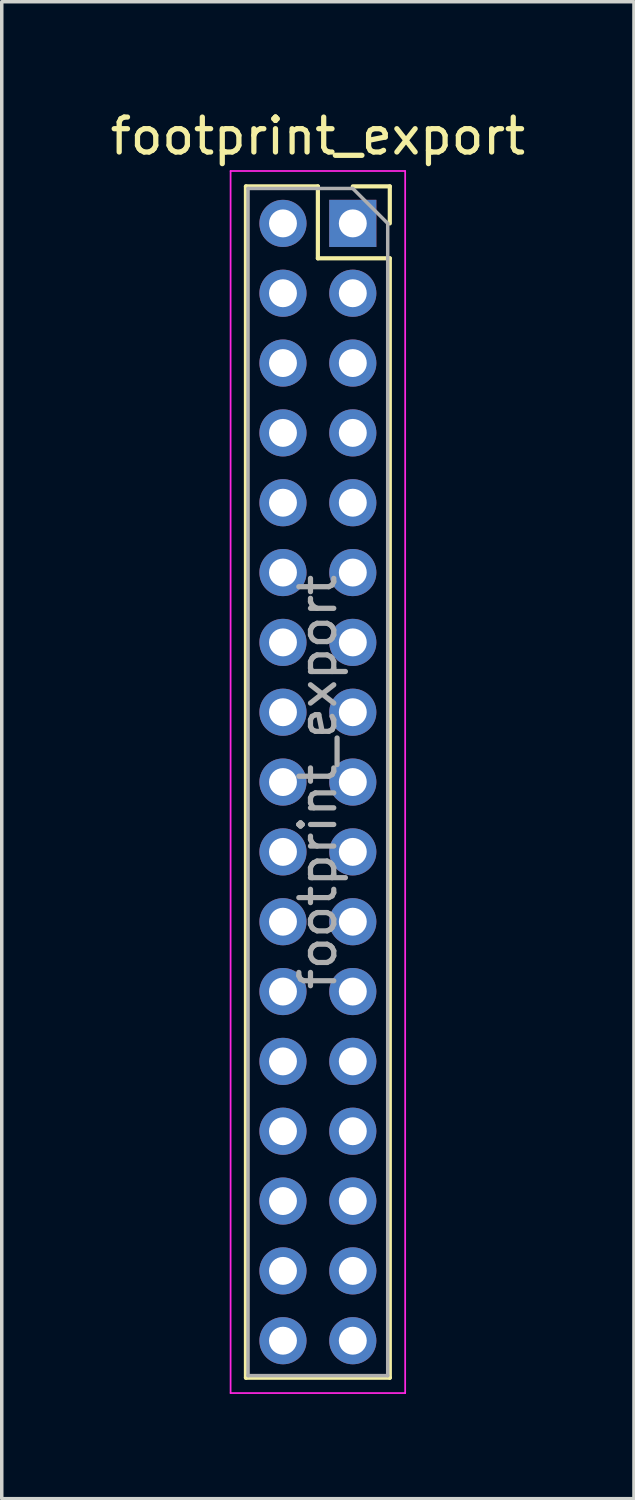
<source format=kicad_pcb>
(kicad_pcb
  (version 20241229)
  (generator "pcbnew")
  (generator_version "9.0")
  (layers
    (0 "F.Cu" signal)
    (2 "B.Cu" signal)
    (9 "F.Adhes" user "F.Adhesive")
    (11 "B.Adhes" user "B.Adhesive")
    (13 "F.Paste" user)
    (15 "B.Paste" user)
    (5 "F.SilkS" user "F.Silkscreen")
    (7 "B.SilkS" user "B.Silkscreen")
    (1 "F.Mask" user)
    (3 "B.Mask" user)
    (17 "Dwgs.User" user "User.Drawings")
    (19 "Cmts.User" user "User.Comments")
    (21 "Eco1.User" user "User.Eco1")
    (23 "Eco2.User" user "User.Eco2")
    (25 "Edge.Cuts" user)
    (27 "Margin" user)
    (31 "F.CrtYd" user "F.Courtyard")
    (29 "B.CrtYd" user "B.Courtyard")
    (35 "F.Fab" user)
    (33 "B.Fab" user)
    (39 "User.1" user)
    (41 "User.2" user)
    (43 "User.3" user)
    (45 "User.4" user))
  (footprint "footprint_export"
    (layer "F.Cu")
    (at 7.054 3.348)
    (property "Reference" "footprint_export" (at -1 -2.5 0) (layer "F.SilkS") (effects (font (size 1 1) (thickness 0.15))))
    (attr through_hole)
    (fp_line (start -3.06 -1.06) (end -3.06 33.06) (stroke (width 0.12) (type solid)) (layer "F.SilkS"))
    (fp_line (start -3.06 -1.06) (end -1 -1.06) (stroke (width 0.12) (type solid)) (layer "F.SilkS"))
    (fp_line (start -3.06 33.06) (end 1.06 33.06) (stroke (width 0.12) (type solid)) (layer "F.SilkS"))
    (fp_line (start -1 -1.06) (end -1 1) (stroke (width 0.12) (type solid)) (layer "F.SilkS"))
    (fp_line (start -1 1) (end 1.06 1) (stroke (width 0.12) (type solid)) (layer "F.SilkS"))
    (fp_line (start 0 -1.06) (end 1.06 -1.06) (stroke (width 0.12) (type solid)) (layer "F.SilkS"))
    (fp_line (start 1.06 -1.06) (end 1.06 0) (stroke (width 0.12) (type solid)) (layer "F.SilkS"))
    (fp_line (start 1.06 1) (end 1.06 33.06) (stroke (width 0.12) (type solid)) (layer "F.SilkS"))
    (fp_line (start -3.5 -1.5) (end 1.5 -1.5) (stroke (width 0.05) (type solid)) (layer "F.CrtYd"))
    (fp_line (start -3.5 33.5) (end -3.5 -1.5) (stroke (width 0.05) (type solid)) (layer "F.CrtYd"))
    (fp_line (start 1.5 -1.5) (end 1.5 33.5) (stroke (width 0.05) (type solid)) (layer "F.CrtYd"))
    (fp_line (start 1.5 33.5) (end -3.5 33.5) (stroke (width 0.05) (type solid)) (layer "F.CrtYd"))
    (fp_line (start -3 -1) (end 0 -1) (stroke (width 0.1) (type solid)) (layer "F.Fab"))
    (fp_line (start -3 33) (end -3 -1) (stroke (width 0.1) (type solid)) (layer "F.Fab"))
    (fp_line (start 0 -1) (end 1 0) (stroke (width 0.1) (type solid)) (layer "F.Fab"))
    (fp_line (start 1 0) (end 1 33) (stroke (width 0.1) (type solid)) (layer "F.Fab"))
    (fp_line (start 1 33) (end -3 33) (stroke (width 0.1) (type solid)) (layer "F.Fab"))
    (fp_text user "${REFERENCE}" (at -1 16 90) (layer "F.Fab") (effects (font (size 1 1) (thickness 0.15))))
    (pad "1" thru_hole rect (at 0 0) (size 1.35 1.35) (drill 0.8) (layers "*.Cu" "*.Mask"))
    (pad "2" thru_hole oval (at -2 0) (size 1.35 1.35) (drill 0.8) (layers "*.Cu" "*.Mask"))
    (pad "3" thru_hole oval (at 0 2) (size 1.35 1.35) (drill 0.8) (layers "*.Cu" "*.Mask"))
    (pad "4" thru_hole oval (at -2 2) (size 1.35 1.35) (drill 0.8) (layers "*.Cu" "*.Mask"))
    (pad "5" thru_hole oval (at 0 4) (size 1.35 1.35) (drill 0.8) (layers "*.Cu" "*.Mask"))
    (pad "6" thru_hole oval (at -2 4) (size 1.35 1.35) (drill 0.8) (layers "*.Cu" "*.Mask"))
    (pad "7" thru_hole oval (at 0 6) (size 1.35 1.35) (drill 0.8) (layers "*.Cu" "*.Mask"))
    (pad "8" thru_hole oval (at -2 6) (size 1.35 1.35) (drill 0.8) (layers "*.Cu" "*.Mask"))
    (pad "9" thru_hole oval (at 0 8) (size 1.35 1.35) (drill 0.8) (layers "*.Cu" "*.Mask"))
    (pad "10" thru_hole oval (at -2 8) (size 1.35 1.35) (drill 0.8) (layers "*.Cu" "*.Mask"))
    (pad "11" thru_hole oval (at 0 10) (size 1.35 1.35) (drill 0.8) (layers "*.Cu" "*.Mask"))
    (pad "12" thru_hole oval (at -2 10) (size 1.35 1.35) (drill 0.8) (layers "*.Cu" "*.Mask"))
    (pad "13" thru_hole oval (at 0 12) (size 1.35 1.35) (drill 0.8) (layers "*.Cu" "*.Mask"))
    (pad "14" thru_hole oval (at -2 12) (size 1.35 1.35) (drill 0.8) (layers "*.Cu" "*.Mask"))
    (pad "15" thru_hole oval (at 0 14) (size 1.35 1.35) (drill 0.8) (layers "*.Cu" "*.Mask"))
    (pad "16" thru_hole oval (at -2 14) (size 1.35 1.35) (drill 0.8) (layers "*.Cu" "*.Mask"))
    (pad "17" thru_hole oval (at 0 16) (size 1.35 1.35) (drill 0.8) (layers "*.Cu" "*.Mask"))
    (pad "18" thru_hole oval (at -2 16) (size 1.35 1.35) (drill 0.8) (layers "*.Cu" "*.Mask"))
    (pad "19" thru_hole oval (at 0 18) (size 1.35 1.35) (drill 0.8) (layers "*.Cu" "*.Mask"))
    (pad "20" thru_hole oval (at -2 18) (size 1.35 1.35) (drill 0.8) (layers "*.Cu" "*.Mask"))
    (pad "21" thru_hole oval (at 0 20) (size 1.35 1.35) (drill 0.8) (layers "*.Cu" "*.Mask"))
    (pad "22" thru_hole oval (at -2 20) (size 1.35 1.35) (drill 0.8) (layers "*.Cu" "*.Mask"))
    (pad "23" thru_hole oval (at 0 22) (size 1.35 1.35) (drill 0.8) (layers "*.Cu" "*.Mask"))
    (pad "24" thru_hole oval (at -2 22) (size 1.35 1.35) (drill 0.8) (layers "*.Cu" "*.Mask"))
    (pad "25" thru_hole oval (at 0 24) (size 1.35 1.35) (drill 0.8) (layers "*.Cu" "*.Mask"))
    (pad "26" thru_hole oval (at -2 24) (size 1.35 1.35) (drill 0.8) (layers "*.Cu" "*.Mask"))
    (pad "27" thru_hole oval (at 0 26) (size 1.35 1.35) (drill 0.8) (layers "*.Cu" "*.Mask"))
    (pad "28" thru_hole oval (at -2 26) (size 1.35 1.35) (drill 0.8) (layers "*.Cu" "*.Mask"))
    (pad "29" thru_hole oval (at 0 28) (size 1.35 1.35) (drill 0.8) (layers "*.Cu" "*.Mask"))
    (pad "30" thru_hole oval (at -2 28) (size 1.35 1.35) (drill 0.8) (layers "*.Cu" "*.Mask"))
    (pad "31" thru_hole oval (at 0 30) (size 1.35 1.35) (drill 0.8) (layers "*.Cu" "*.Mask"))
    (pad "32" thru_hole oval (at -2 30) (size 1.35 1.35) (drill 0.8) (layers "*.Cu" "*.Mask"))
    (pad "33" thru_hole oval (at 0 32) (size 1.35 1.35) (drill 0.8) (layers "*.Cu" "*.Mask"))
    (pad "34" thru_hole oval (at -2 32) (size 1.35 1.35) (drill 0.8) (layers "*.Cu" "*.Mask")))
  (gr_rect
    (start -3 -3)
    (end 15.107 39.873)
    (stroke (width 0.1) (type default))
    (fill no)
    (layer "Edge.Cuts")))
</source>
